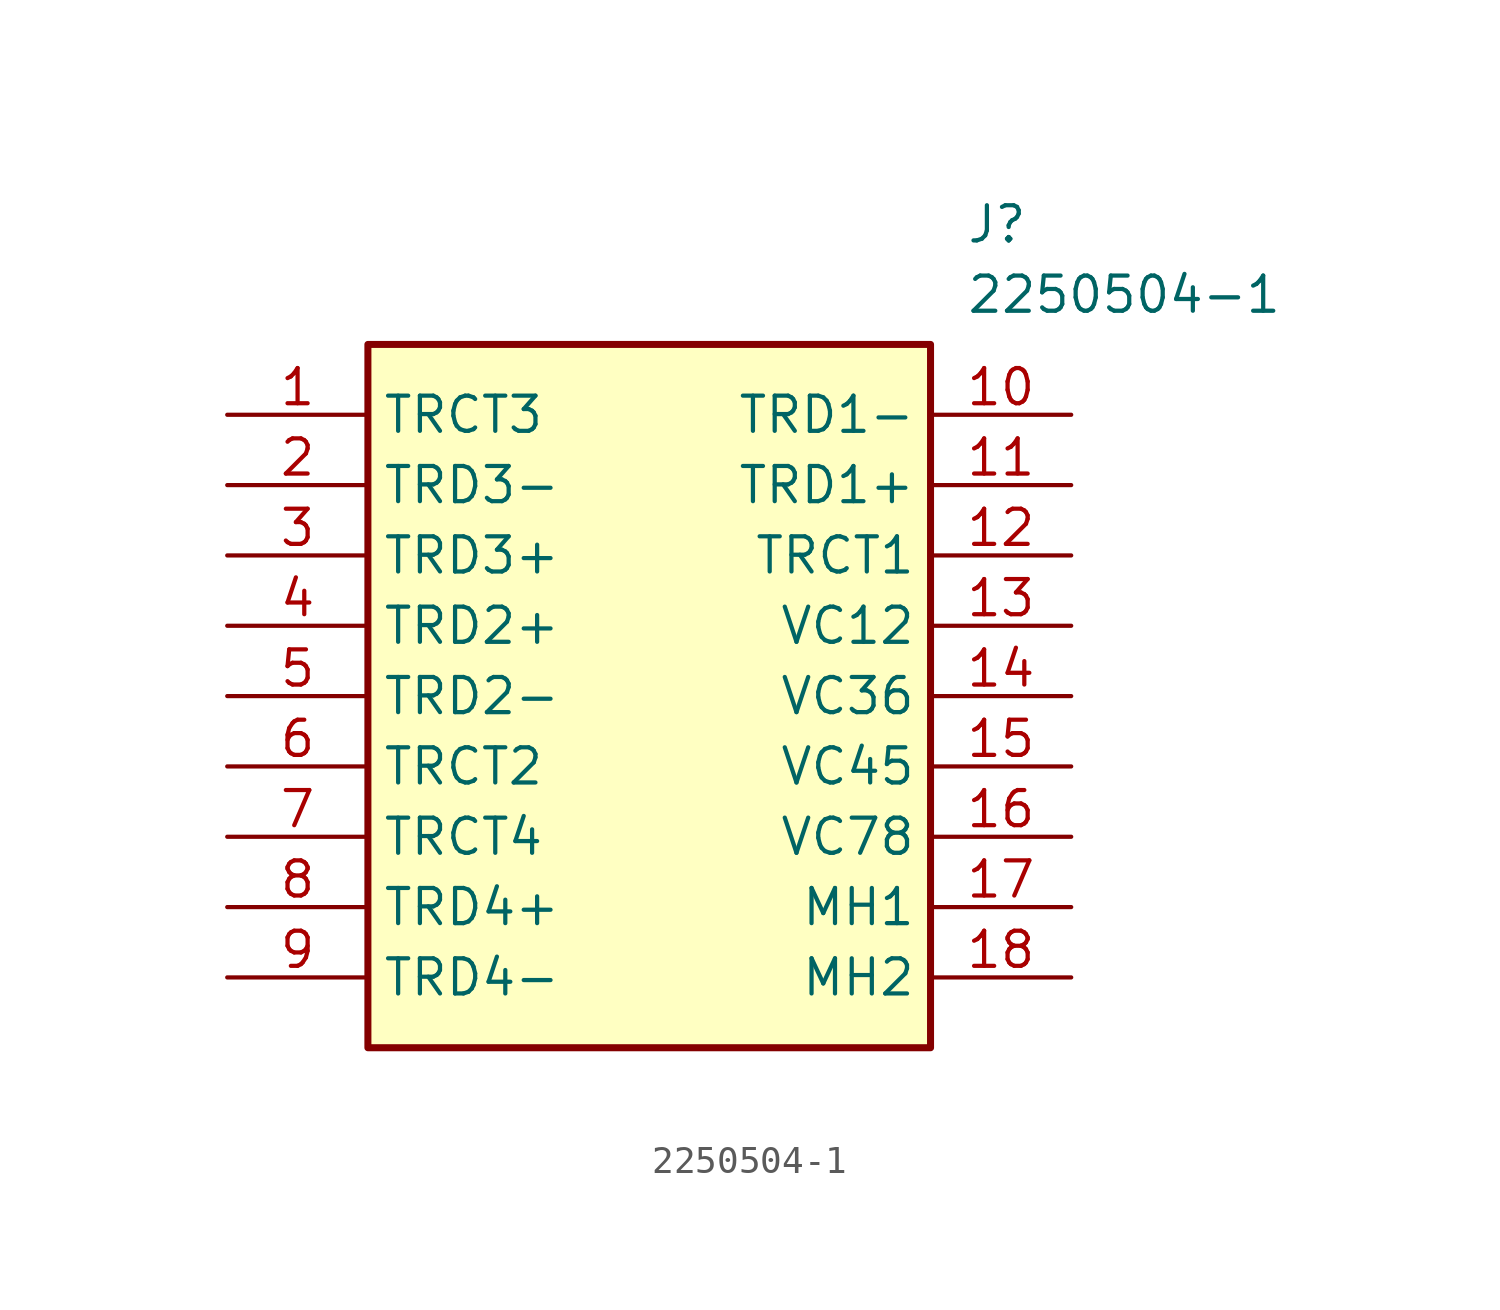
<source format=kicad_sym>
(kicad_symbol_lib
  (version 20211014)
  (generator SamacSys_ECAD_Model)
  (symbol "2250504-1"
    (property "Reference" "J"
      (at 26.67 7.62 0)
      (effects (font (size 1.27 1.27)) (justify left top)))
    (property "Value" "2250504-1"
      (at 26.67 5.08 0)
      (effects (font (size 1.27 1.27)) (justify left top)))
    (rectangle
      (start 5.08 2.54)
      (end 25.4 -22.86)
      (stroke (width 0.254) (type default))
      (fill (type background)))
    (pin passive line
      (at 0 0 0)
      (length 5.08)
      (name "TRCT3" (effects (font (size 1.27 1.27))))
      (number "1" (effects (font (size 1.27 1.27)))))
    (pin passive line
      (at 0 -2.54 0)
      (length 5.08)
      (name "TRD3-" (effects (font (size 1.27 1.27))))
      (number "2" (effects (font (size 1.27 1.27)))))
    (pin passive line
      (at 0 -5.08 0)
      (length 5.08)
      (name "TRD3+" (effects (font (size 1.27 1.27))))
      (number "3" (effects (font (size 1.27 1.27)))))
    (pin passive line
      (at 0 -7.62 0)
      (length 5.08)
      (name "TRD2+" (effects (font (size 1.27 1.27))))
      (number "4" (effects (font (size 1.27 1.27)))))
    (pin passive line
      (at 0 -10.16 0)
      (length 5.08)
      (name "TRD2-" (effects (font (size 1.27 1.27))))
      (number "5" (effects (font (size 1.27 1.27)))))
    (pin passive line
      (at 0 -12.7 0)
      (length 5.08)
      (name "TRCT2" (effects (font (size 1.27 1.27))))
      (number "6" (effects (font (size 1.27 1.27)))))
    (pin passive line
      (at 0 -15.24 0)
      (length 5.08)
      (name "TRCT4" (effects (font (size 1.27 1.27))))
      (number "7" (effects (font (size 1.27 1.27)))))
    (pin passive line
      (at 0 -17.78 0)
      (length 5.08)
      (name "TRD4+" (effects (font (size 1.27 1.27))))
      (number "8" (effects (font (size 1.27 1.27)))))
    (pin passive line
      (at 0 -20.32 0)
      (length 5.08)
      (name "TRD4-" (effects (font (size 1.27 1.27))))
      (number "9" (effects (font (size 1.27 1.27)))))
    (pin passive line
      (at 30.48 0 180)
      (length 5.08)
      (name "TRD1-" (effects (font (size 1.27 1.27))))
      (number "10" (effects (font (size 1.27 1.27)))))
    (pin passive line
      (at 30.48 -2.54 180)
      (length 5.08)
      (name "TRD1+" (effects (font (size 1.27 1.27))))
      (number "11" (effects (font (size 1.27 1.27)))))
    (pin passive line
      (at 30.48 -5.08 180)
      (length 5.08)
      (name "TRCT1" (effects (font (size 1.27 1.27))))
      (number "12" (effects (font (size 1.27 1.27)))))
    (pin passive line
      (at 30.48 -7.62 180)
      (length 5.08)
      (name "VC12" (effects (font (size 1.27 1.27))))
      (number "13" (effects (font (size 1.27 1.27)))))
    (pin passive line
      (at 30.48 -10.16 180)
      (length 5.08)
      (name "VC36" (effects (font (size 1.27 1.27))))
      (number "14" (effects (font (size 1.27 1.27)))))
    (pin passive line
      (at 30.48 -12.7 180)
      (length 5.08)
      (name "VC45" (effects (font (size 1.27 1.27))))
      (number "15" (effects (font (size 1.27 1.27)))))
    (pin passive line
      (at 30.48 -15.24 180)
      (length 5.08)
      (name "VC78" (effects (font (size 1.27 1.27))))
      (number "16" (effects (font (size 1.27 1.27)))))
    (pin passive line
      (at 30.48 -17.78 180)
      (length 5.08)
      (name "MH1" (effects (font (size 1.27 1.27))))
      (number "17" (effects (font (size 1.27 1.27)))))
    (pin passive line
      (at 30.48 -20.32 180)
      (length 5.08)
      (name "MH2" (effects (font (size 1.27 1.27))))
      (number "18" (effects (font (size 1.27 1.27)))))))
</source>
